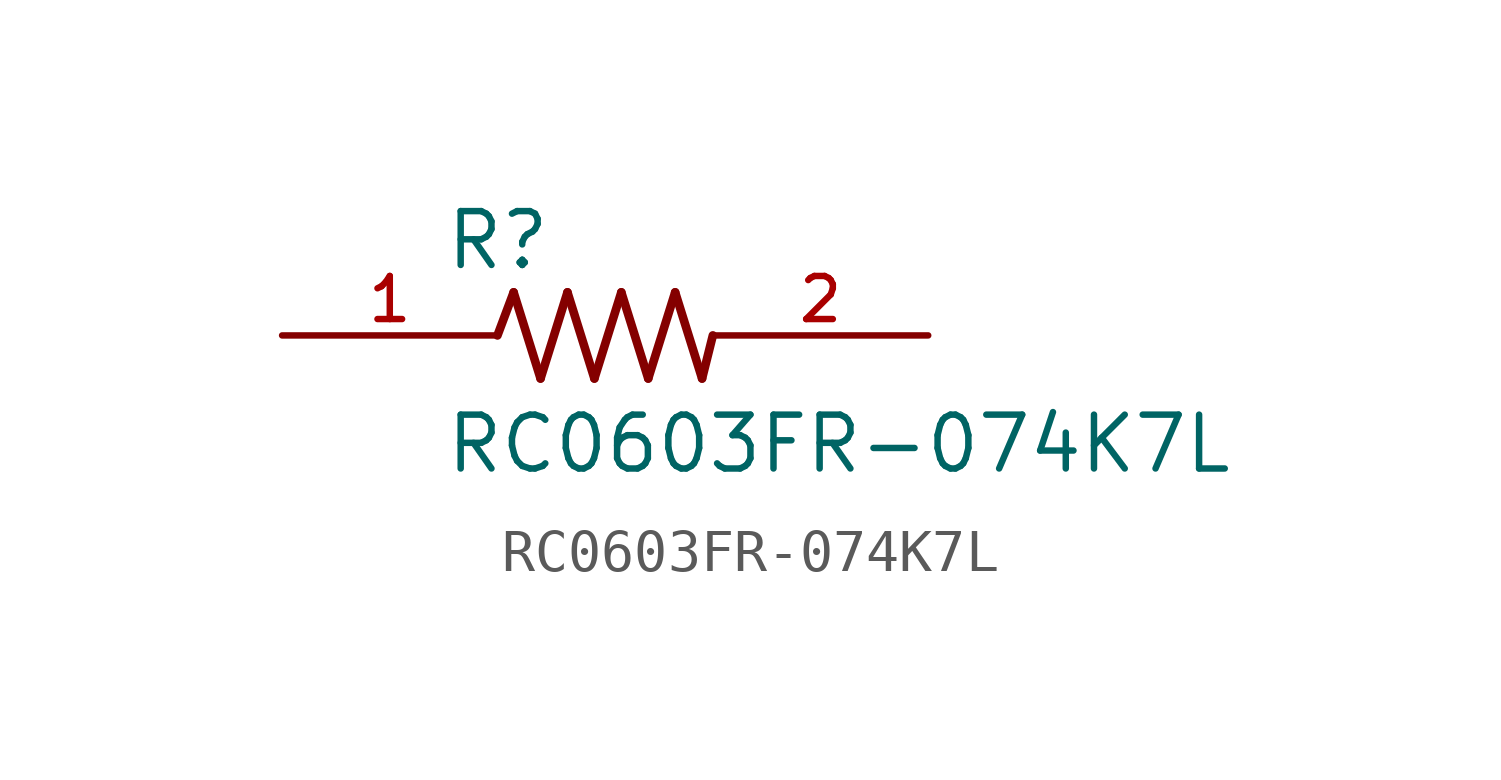
<source format=kicad_sym>
(kicad_symbol_lib
  (version 20211014)
  (generator kicad_symbol_editor)
  (symbol "RC0603FR-074K7L"
    (pin_names
      (offset 1.016))
    (property "Reference" "R"
      (at -3.81 1.499 0)
      (effects (font (size 1.27 1.27)) (justify bottom left)))
    (property "Value" "RC0603FR-074K7L"
      (at -3.81 -3.302 0)
      (effects (font (size 1.27 1.27)) (justify bottom left)))
    (symbol "RC0603FR-074K7L_0_0"
      (polyline (pts (xy -2.54 0.0) (xy -2.159 1.016)) (stroke (width 0.203)))
      (polyline (pts (xy -2.159 1.016) (xy -1.524 -1.016)) (stroke (width 0.203)))
      (polyline (pts (xy -1.524 -1.016) (xy -0.889 1.016)) (stroke (width 0.203)))
      (polyline (pts (xy -0.889 1.016) (xy -0.254 -1.016)) (stroke (width 0.203)))
      (polyline (pts (xy -0.254 -1.016) (xy 0.381 1.016)) (stroke (width 0.203)))
      (polyline (pts (xy 0.381 1.016) (xy 1.016 -1.016)) (stroke (width 0.203)))
      (polyline (pts (xy 1.016 -1.016) (xy 1.651 1.016)) (stroke (width 0.203)))
      (polyline (pts (xy 1.651 1.016) (xy 2.286 -1.016)) (stroke (width 0.203)))
      (polyline (pts (xy 2.286 -1.016) (xy 2.54 0.0)) (stroke (width 0.203)))
      (pin passive line (at 7.62 0.0 180.0) (length 5.08) (name "~" (effects (font (size 1.016 1.016)))) (number "2" (effects (font (size 1.016 1.016)))))
      (pin passive line (at -7.62 0.0 0) (length 5.08) (name "~" (effects (font (size 1.016 1.016)))) (number "1" (effects (font (size 1.016 1.016))))))))
</source>
